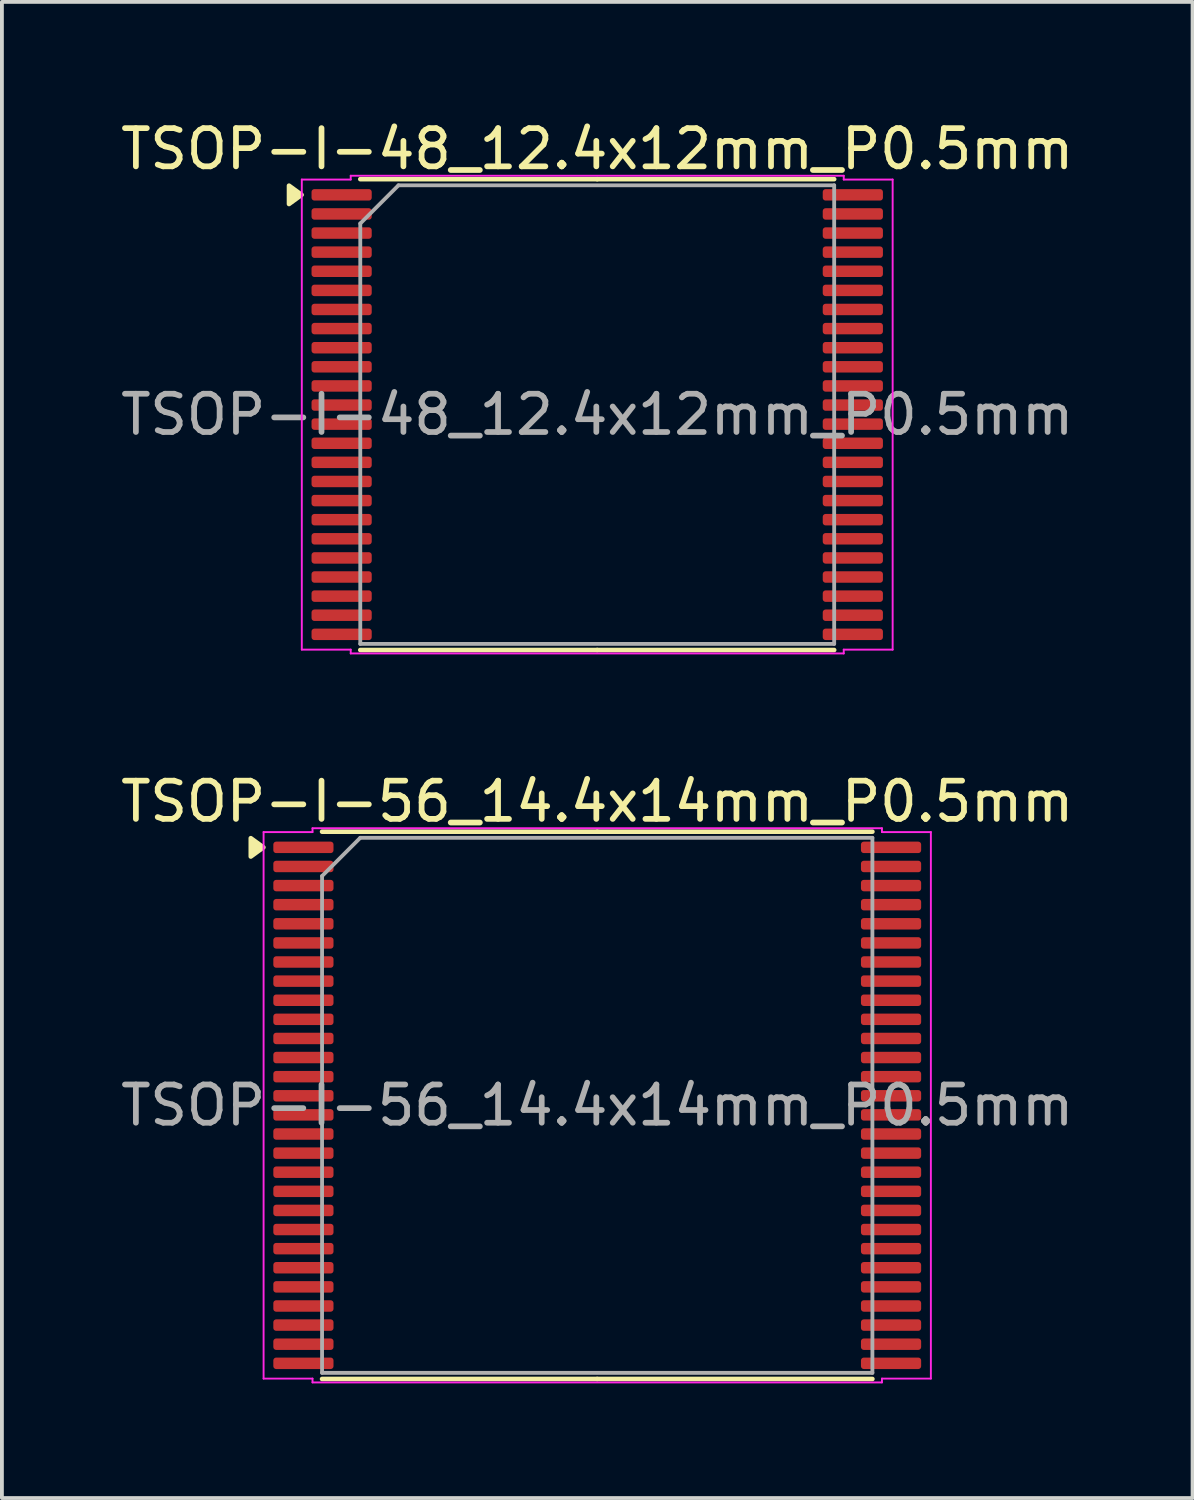
<source format=kicad_pcb>
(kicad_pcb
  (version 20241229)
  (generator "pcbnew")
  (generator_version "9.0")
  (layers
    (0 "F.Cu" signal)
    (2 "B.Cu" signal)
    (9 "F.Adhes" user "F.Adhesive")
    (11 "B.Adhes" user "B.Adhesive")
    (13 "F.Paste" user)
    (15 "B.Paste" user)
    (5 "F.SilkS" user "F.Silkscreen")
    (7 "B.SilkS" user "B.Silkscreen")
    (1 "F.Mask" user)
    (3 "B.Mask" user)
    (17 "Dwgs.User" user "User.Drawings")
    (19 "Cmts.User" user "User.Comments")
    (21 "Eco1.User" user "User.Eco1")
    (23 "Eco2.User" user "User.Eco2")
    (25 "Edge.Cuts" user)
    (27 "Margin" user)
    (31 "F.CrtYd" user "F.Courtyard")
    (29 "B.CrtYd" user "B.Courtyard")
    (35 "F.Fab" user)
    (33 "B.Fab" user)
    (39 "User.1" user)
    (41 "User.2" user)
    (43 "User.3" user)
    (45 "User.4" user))
  (footprint "TSOP-I-48_12.4x12mm_P0.5mm"
    (layer "F.Cu")
    (at 12.577 7.798)
    (property "Reference" "TSOP-I-48_12.4x12mm_P0.5mm" (at 0 -6.95 0) (layer "F.SilkS") (effects (font (size 1 1) (thickness 0.15))))
    (attr smd)
    (fp_line (start 0 -6.16) (end -6.2 -6.16) (stroke (width 0.12) (type solid)) (layer "F.SilkS"))
    (fp_line (start 0 -6.16) (end 6.2 -6.16) (stroke (width 0.12) (type solid)) (layer "F.SilkS"))
    (fp_line (start 0 6.16) (end -6.2 6.16) (stroke (width 0.12) (type solid)) (layer "F.SilkS"))
    (fp_line (start 0 6.16) (end 6.2 6.16) (stroke (width 0.12) (type solid)) (layer "F.SilkS"))
    (fp_poly (pts (xy -7.735 -5.75) (xy -8.065 -5.51) (xy -8.065 -5.99)) (stroke (width 0.12) (type solid)) (fill yes) (layer "F.SilkS"))
    (fp_line (start -7.73 -6.15) (end -6.45 -6.15) (stroke (width 0.05) (type solid)) (layer "F.CrtYd"))
    (fp_line (start -7.73 6.15) (end -7.73 -6.15) (stroke (width 0.05) (type solid)) (layer "F.CrtYd"))
    (fp_line (start -6.45 -6.25) (end 6.45 -6.25) (stroke (width 0.05) (type solid)) (layer "F.CrtYd"))
    (fp_line (start -6.45 -6.15) (end -6.45 -6.25) (stroke (width 0.05) (type solid)) (layer "F.CrtYd"))
    (fp_line (start -6.45 6.15) (end -7.73 6.15) (stroke (width 0.05) (type solid)) (layer "F.CrtYd"))
    (fp_line (start -6.45 6.25) (end -6.45 6.15) (stroke (width 0.05) (type solid)) (layer "F.CrtYd"))
    (fp_line (start 6.45 -6.25) (end 6.45 -6.15) (stroke (width 0.05) (type solid)) (layer "F.CrtYd"))
    (fp_line (start 6.45 -6.15) (end 7.73 -6.15) (stroke (width 0.05) (type solid)) (layer "F.CrtYd"))
    (fp_line (start 6.45 6.15) (end 6.45 6.25) (stroke (width 0.05) (type solid)) (layer "F.CrtYd"))
    (fp_line (start 6.45 6.25) (end -6.45 6.25) (stroke (width 0.05) (type solid)) (layer "F.CrtYd"))
    (fp_line (start 7.73 -6.15) (end 7.73 6.15) (stroke (width 0.05) (type solid)) (layer "F.CrtYd"))
    (fp_line (start 7.73 6.15) (end 6.45 6.15) (stroke (width 0.05) (type solid)) (layer "F.CrtYd"))
    (fp_line (start -6.2 -5) (end -5.2 -6) (stroke (width 0.1) (type solid)) (layer "F.Fab"))
    (fp_line (start -6.2 6) (end -6.2 -5) (stroke (width 0.1) (type solid)) (layer "F.Fab"))
    (fp_line (start -5.2 -6) (end 6.2 -6) (stroke (width 0.1) (type solid)) (layer "F.Fab"))
    (fp_line (start 6.2 -6) (end 6.2 6) (stroke (width 0.1) (type solid)) (layer "F.Fab"))
    (fp_line (start 6.2 6) (end -6.2 6) (stroke (width 0.1) (type solid)) (layer "F.Fab"))
    (fp_text user "${REFERENCE}" (at 0 0 0) (layer "F.Fab") (effects (font (size 1 1) (thickness 0.15))))
    (pad "1" smd roundrect (at -6.688 -5.75) (size 1.575 0.3) (layers "F.Cu" "F.Mask" "F.Paste") (roundrect_rratio 0.25))
    (pad "2" smd roundrect (at -6.688 -5.25) (size 1.575 0.3) (layers "F.Cu" "F.Mask" "F.Paste") (roundrect_rratio 0.25))
    (pad "3" smd roundrect (at -6.688 -4.75) (size 1.575 0.3) (layers "F.Cu" "F.Mask" "F.Paste") (roundrect_rratio 0.25))
    (pad "4" smd roundrect (at -6.688 -4.25) (size 1.575 0.3) (layers "F.Cu" "F.Mask" "F.Paste") (roundrect_rratio 0.25))
    (pad "5" smd roundrect (at -6.688 -3.75) (size 1.575 0.3) (layers "F.Cu" "F.Mask" "F.Paste") (roundrect_rratio 0.25))
    (pad "6" smd roundrect (at -6.688 -3.25) (size 1.575 0.3) (layers "F.Cu" "F.Mask" "F.Paste") (roundrect_rratio 0.25))
    (pad "7" smd roundrect (at -6.688 -2.75) (size 1.575 0.3) (layers "F.Cu" "F.Mask" "F.Paste") (roundrect_rratio 0.25))
    (pad "8" smd roundrect (at -6.688 -2.25) (size 1.575 0.3) (layers "F.Cu" "F.Mask" "F.Paste") (roundrect_rratio 0.25))
    (pad "9" smd roundrect (at -6.688 -1.75) (size 1.575 0.3) (layers "F.Cu" "F.Mask" "F.Paste") (roundrect_rratio 0.25))
    (pad "10" smd roundrect (at -6.688 -1.25) (size 1.575 0.3) (layers "F.Cu" "F.Mask" "F.Paste") (roundrect_rratio 0.25))
    (pad "11" smd roundrect (at -6.688 -0.75) (size 1.575 0.3) (layers "F.Cu" "F.Mask" "F.Paste") (roundrect_rratio 0.25))
    (pad "12" smd roundrect (at -6.688 -0.25) (size 1.575 0.3) (layers "F.Cu" "F.Mask" "F.Paste") (roundrect_rratio 0.25))
    (pad "13" smd roundrect (at -6.688 0.25) (size 1.575 0.3) (layers "F.Cu" "F.Mask" "F.Paste") (roundrect_rratio 0.25))
    (pad "14" smd roundrect (at -6.688 0.75) (size 1.575 0.3) (layers "F.Cu" "F.Mask" "F.Paste") (roundrect_rratio 0.25))
    (pad "15" smd roundrect (at -6.688 1.25) (size 1.575 0.3) (layers "F.Cu" "F.Mask" "F.Paste") (roundrect_rratio 0.25))
    (pad "16" smd roundrect (at -6.688 1.75) (size 1.575 0.3) (layers "F.Cu" "F.Mask" "F.Paste") (roundrect_rratio 0.25))
    (pad "17" smd roundrect (at -6.688 2.25) (size 1.575 0.3) (layers "F.Cu" "F.Mask" "F.Paste") (roundrect_rratio 0.25))
    (pad "18" smd roundrect (at -6.688 2.75) (size 1.575 0.3) (layers "F.Cu" "F.Mask" "F.Paste") (roundrect_rratio 0.25))
    (pad "19" smd roundrect (at -6.688 3.25) (size 1.575 0.3) (layers "F.Cu" "F.Mask" "F.Paste") (roundrect_rratio 0.25))
    (pad "20" smd roundrect (at -6.688 3.75) (size 1.575 0.3) (layers "F.Cu" "F.Mask" "F.Paste") (roundrect_rratio 0.25))
    (pad "21" smd roundrect (at -6.688 4.25) (size 1.575 0.3) (layers "F.Cu" "F.Mask" "F.Paste") (roundrect_rratio 0.25))
    (pad "22" smd roundrect (at -6.688 4.75) (size 1.575 0.3) (layers "F.Cu" "F.Mask" "F.Paste") (roundrect_rratio 0.25))
    (pad "23" smd roundrect (at -6.688 5.25) (size 1.575 0.3) (layers "F.Cu" "F.Mask" "F.Paste") (roundrect_rratio 0.25))
    (pad "24" smd roundrect (at -6.688 5.75) (size 1.575 0.3) (layers "F.Cu" "F.Mask" "F.Paste") (roundrect_rratio 0.25))
    (pad "25" smd roundrect (at 6.688 5.75) (size 1.575 0.3) (layers "F.Cu" "F.Mask" "F.Paste") (roundrect_rratio 0.25))
    (pad "26" smd roundrect (at 6.688 5.25) (size 1.575 0.3) (layers "F.Cu" "F.Mask" "F.Paste") (roundrect_rratio 0.25))
    (pad "27" smd roundrect (at 6.688 4.75) (size 1.575 0.3) (layers "F.Cu" "F.Mask" "F.Paste") (roundrect_rratio 0.25))
    (pad "28" smd roundrect (at 6.688 4.25) (size 1.575 0.3) (layers "F.Cu" "F.Mask" "F.Paste") (roundrect_rratio 0.25))
    (pad "29" smd roundrect (at 6.688 3.75) (size 1.575 0.3) (layers "F.Cu" "F.Mask" "F.Paste") (roundrect_rratio 0.25))
    (pad "30" smd roundrect (at 6.688 3.25) (size 1.575 0.3) (layers "F.Cu" "F.Mask" "F.Paste") (roundrect_rratio 0.25))
    (pad "31" smd roundrect (at 6.688 2.75) (size 1.575 0.3) (layers "F.Cu" "F.Mask" "F.Paste") (roundrect_rratio 0.25))
    (pad "32" smd roundrect (at 6.688 2.25) (size 1.575 0.3) (layers "F.Cu" "F.Mask" "F.Paste") (roundrect_rratio 0.25))
    (pad "33" smd roundrect (at 6.688 1.75) (size 1.575 0.3) (layers "F.Cu" "F.Mask" "F.Paste") (roundrect_rratio 0.25))
    (pad "34" smd roundrect (at 6.688 1.25) (size 1.575 0.3) (layers "F.Cu" "F.Mask" "F.Paste") (roundrect_rratio 0.25))
    (pad "35" smd roundrect (at 6.688 0.75) (size 1.575 0.3) (layers "F.Cu" "F.Mask" "F.Paste") (roundrect_rratio 0.25))
    (pad "36" smd roundrect (at 6.688 0.25) (size 1.575 0.3) (layers "F.Cu" "F.Mask" "F.Paste") (roundrect_rratio 0.25))
    (pad "37" smd roundrect (at 6.688 -0.25) (size 1.575 0.3) (layers "F.Cu" "F.Mask" "F.Paste") (roundrect_rratio 0.25))
    (pad "38" smd roundrect (at 6.688 -0.75) (size 1.575 0.3) (layers "F.Cu" "F.Mask" "F.Paste") (roundrect_rratio 0.25))
    (pad "39" smd roundrect (at 6.688 -1.25) (size 1.575 0.3) (layers "F.Cu" "F.Mask" "F.Paste") (roundrect_rratio 0.25))
    (pad "40" smd roundrect (at 6.688 -1.75) (size 1.575 0.3) (layers "F.Cu" "F.Mask" "F.Paste") (roundrect_rratio 0.25))
    (pad "41" smd roundrect (at 6.688 -2.25) (size 1.575 0.3) (layers "F.Cu" "F.Mask" "F.Paste") (roundrect_rratio 0.25))
    (pad "42" smd roundrect (at 6.688 -2.75) (size 1.575 0.3) (layers "F.Cu" "F.Mask" "F.Paste") (roundrect_rratio 0.25))
    (pad "43" smd roundrect (at 6.688 -3.25) (size 1.575 0.3) (layers "F.Cu" "F.Mask" "F.Paste") (roundrect_rratio 0.25))
    (pad "44" smd roundrect (at 6.688 -3.75) (size 1.575 0.3) (layers "F.Cu" "F.Mask" "F.Paste") (roundrect_rratio 0.25))
    (pad "45" smd roundrect (at 6.688 -4.25) (size 1.575 0.3) (layers "F.Cu" "F.Mask" "F.Paste") (roundrect_rratio 0.25))
    (pad "46" smd roundrect (at 6.688 -4.75) (size 1.575 0.3) (layers "F.Cu" "F.Mask" "F.Paste") (roundrect_rratio 0.25))
    (pad "47" smd roundrect (at 6.688 -5.25) (size 1.575 0.3) (layers "F.Cu" "F.Mask" "F.Paste") (roundrect_rratio 0.25))
    (pad "48" smd roundrect (at 6.688 -5.75) (size 1.575 0.3) (layers "F.Cu" "F.Mask" "F.Paste") (roundrect_rratio 0.25)))
  (footprint "TSOP-I-56_14.4x14mm_P0.5mm"
    (layer "F.Cu")
    (at 12.577 25.872)
    (property "Reference" "TSOP-I-56_14.4x14mm_P0.5mm" (at 0 -7.95 0) (layer "F.SilkS") (effects (font (size 1 1) (thickness 0.15))))
    (attr smd)
    (fp_line (start 0 -7.16) (end -7.2 -7.16) (stroke (width 0.12) (type solid)) (layer "F.SilkS"))
    (fp_line (start 0 -7.16) (end 7.2 -7.16) (stroke (width 0.12) (type solid)) (layer "F.SilkS"))
    (fp_line (start 0 7.16) (end -7.2 7.16) (stroke (width 0.12) (type solid)) (layer "F.SilkS"))
    (fp_line (start 0 7.16) (end 7.2 7.16) (stroke (width 0.12) (type solid)) (layer "F.SilkS"))
    (fp_poly (pts (xy -8.735 -6.75) (xy -9.065 -6.51) (xy -9.065 -6.99)) (stroke (width 0.12) (type solid)) (fill yes) (layer "F.SilkS"))
    (fp_line (start -8.73 -7.15) (end -7.45 -7.15) (stroke (width 0.05) (type solid)) (layer "F.CrtYd"))
    (fp_line (start -8.73 7.15) (end -8.73 -7.15) (stroke (width 0.05) (type solid)) (layer "F.CrtYd"))
    (fp_line (start -7.45 -7.25) (end 7.45 -7.25) (stroke (width 0.05) (type solid)) (layer "F.CrtYd"))
    (fp_line (start -7.45 -7.15) (end -7.45 -7.25) (stroke (width 0.05) (type solid)) (layer "F.CrtYd"))
    (fp_line (start -7.45 7.15) (end -8.73 7.15) (stroke (width 0.05) (type solid)) (layer "F.CrtYd"))
    (fp_line (start -7.45 7.25) (end -7.45 7.15) (stroke (width 0.05) (type solid)) (layer "F.CrtYd"))
    (fp_line (start 7.45 -7.25) (end 7.45 -7.15) (stroke (width 0.05) (type solid)) (layer "F.CrtYd"))
    (fp_line (start 7.45 -7.15) (end 8.73 -7.15) (stroke (width 0.05) (type solid)) (layer "F.CrtYd"))
    (fp_line (start 7.45 7.15) (end 7.45 7.25) (stroke (width 0.05) (type solid)) (layer "F.CrtYd"))
    (fp_line (start 7.45 7.25) (end -7.45 7.25) (stroke (width 0.05) (type solid)) (layer "F.CrtYd"))
    (fp_line (start 8.73 -7.15) (end 8.73 7.15) (stroke (width 0.05) (type solid)) (layer "F.CrtYd"))
    (fp_line (start 8.73 7.15) (end 7.45 7.15) (stroke (width 0.05) (type solid)) (layer "F.CrtYd"))
    (fp_line (start -7.2 -6) (end -6.2 -7) (stroke (width 0.1) (type solid)) (layer "F.Fab"))
    (fp_line (start -7.2 7) (end -7.2 -6) (stroke (width 0.1) (type solid)) (layer "F.Fab"))
    (fp_line (start -6.2 -7) (end 7.2 -7) (stroke (width 0.1) (type solid)) (layer "F.Fab"))
    (fp_line (start 7.2 -7) (end 7.2 7) (stroke (width 0.1) (type solid)) (layer "F.Fab"))
    (fp_line (start 7.2 7) (end -7.2 7) (stroke (width 0.1) (type solid)) (layer "F.Fab"))
    (fp_text user "${REFERENCE}" (at 0 0 0) (layer "F.Fab") (effects (font (size 1 1) (thickness 0.15))))
    (pad "1" smd roundrect (at -7.688 -6.75) (size 1.575 0.3) (layers "F.Cu" "F.Mask" "F.Paste") (roundrect_rratio 0.25))
    (pad "2" smd roundrect (at -7.688 -6.25) (size 1.575 0.3) (layers "F.Cu" "F.Mask" "F.Paste") (roundrect_rratio 0.25))
    (pad "3" smd roundrect (at -7.688 -5.75) (size 1.575 0.3) (layers "F.Cu" "F.Mask" "F.Paste") (roundrect_rratio 0.25))
    (pad "4" smd roundrect (at -7.688 -5.25) (size 1.575 0.3) (layers "F.Cu" "F.Mask" "F.Paste") (roundrect_rratio 0.25))
    (pad "5" smd roundrect (at -7.688 -4.75) (size 1.575 0.3) (layers "F.Cu" "F.Mask" "F.Paste") (roundrect_rratio 0.25))
    (pad "6" smd roundrect (at -7.688 -4.25) (size 1.575 0.3) (layers "F.Cu" "F.Mask" "F.Paste") (roundrect_rratio 0.25))
    (pad "7" smd roundrect (at -7.688 -3.75) (size 1.575 0.3) (layers "F.Cu" "F.Mask" "F.Paste") (roundrect_rratio 0.25))
    (pad "8" smd roundrect (at -7.688 -3.25) (size 1.575 0.3) (layers "F.Cu" "F.Mask" "F.Paste") (roundrect_rratio 0.25))
    (pad "9" smd roundrect (at -7.688 -2.75) (size 1.575 0.3) (layers "F.Cu" "F.Mask" "F.Paste") (roundrect_rratio 0.25))
    (pad "10" smd roundrect (at -7.688 -2.25) (size 1.575 0.3) (layers "F.Cu" "F.Mask" "F.Paste") (roundrect_rratio 0.25))
    (pad "11" smd roundrect (at -7.688 -1.75) (size 1.575 0.3) (layers "F.Cu" "F.Mask" "F.Paste") (roundrect_rratio 0.25))
    (pad "12" smd roundrect (at -7.688 -1.25) (size 1.575 0.3) (layers "F.Cu" "F.Mask" "F.Paste") (roundrect_rratio 0.25))
    (pad "13" smd roundrect (at -7.688 -0.75) (size 1.575 0.3) (layers "F.Cu" "F.Mask" "F.Paste") (roundrect_rratio 0.25))
    (pad "14" smd roundrect (at -7.688 -0.25) (size 1.575 0.3) (layers "F.Cu" "F.Mask" "F.Paste") (roundrect_rratio 0.25))
    (pad "15" smd roundrect (at -7.688 0.25) (size 1.575 0.3) (layers "F.Cu" "F.Mask" "F.Paste") (roundrect_rratio 0.25))
    (pad "16" smd roundrect (at -7.688 0.75) (size 1.575 0.3) (layers "F.Cu" "F.Mask" "F.Paste") (roundrect_rratio 0.25))
    (pad "17" smd roundrect (at -7.688 1.25) (size 1.575 0.3) (layers "F.Cu" "F.Mask" "F.Paste") (roundrect_rratio 0.25))
    (pad "18" smd roundrect (at -7.688 1.75) (size 1.575 0.3) (layers "F.Cu" "F.Mask" "F.Paste") (roundrect_rratio 0.25))
    (pad "19" smd roundrect (at -7.688 2.25) (size 1.575 0.3) (layers "F.Cu" "F.Mask" "F.Paste") (roundrect_rratio 0.25))
    (pad "20" smd roundrect (at -7.688 2.75) (size 1.575 0.3) (layers "F.Cu" "F.Mask" "F.Paste") (roundrect_rratio 0.25))
    (pad "21" smd roundrect (at -7.688 3.25) (size 1.575 0.3) (layers "F.Cu" "F.Mask" "F.Paste") (roundrect_rratio 0.25))
    (pad "22" smd roundrect (at -7.688 3.75) (size 1.575 0.3) (layers "F.Cu" "F.Mask" "F.Paste") (roundrect_rratio 0.25))
    (pad "23" smd roundrect (at -7.688 4.25) (size 1.575 0.3) (layers "F.Cu" "F.Mask" "F.Paste") (roundrect_rratio 0.25))
    (pad "24" smd roundrect (at -7.688 4.75) (size 1.575 0.3) (layers "F.Cu" "F.Mask" "F.Paste") (roundrect_rratio 0.25))
    (pad "25" smd roundrect (at -7.688 5.25) (size 1.575 0.3) (layers "F.Cu" "F.Mask" "F.Paste") (roundrect_rratio 0.25))
    (pad "26" smd roundrect (at -7.688 5.75) (size 1.575 0.3) (layers "F.Cu" "F.Mask" "F.Paste") (roundrect_rratio 0.25))
    (pad "27" smd roundrect (at -7.688 6.25) (size 1.575 0.3) (layers "F.Cu" "F.Mask" "F.Paste") (roundrect_rratio 0.25))
    (pad "28" smd roundrect (at -7.688 6.75) (size 1.575 0.3) (layers "F.Cu" "F.Mask" "F.Paste") (roundrect_rratio 0.25))
    (pad "29" smd roundrect (at 7.688 6.75) (size 1.575 0.3) (layers "F.Cu" "F.Mask" "F.Paste") (roundrect_rratio 0.25))
    (pad "30" smd roundrect (at 7.688 6.25) (size 1.575 0.3) (layers "F.Cu" "F.Mask" "F.Paste") (roundrect_rratio 0.25))
    (pad "31" smd roundrect (at 7.688 5.75) (size 1.575 0.3) (layers "F.Cu" "F.Mask" "F.Paste") (roundrect_rratio 0.25))
    (pad "32" smd roundrect (at 7.688 5.25) (size 1.575 0.3) (layers "F.Cu" "F.Mask" "F.Paste") (roundrect_rratio 0.25))
    (pad "33" smd roundrect (at 7.688 4.75) (size 1.575 0.3) (layers "F.Cu" "F.Mask" "F.Paste") (roundrect_rratio 0.25))
    (pad "34" smd roundrect (at 7.688 4.25) (size 1.575 0.3) (layers "F.Cu" "F.Mask" "F.Paste") (roundrect_rratio 0.25))
    (pad "35" smd roundrect (at 7.688 3.75) (size 1.575 0.3) (layers "F.Cu" "F.Mask" "F.Paste") (roundrect_rratio 0.25))
    (pad "36" smd roundrect (at 7.688 3.25) (size 1.575 0.3) (layers "F.Cu" "F.Mask" "F.Paste") (roundrect_rratio 0.25))
    (pad "37" smd roundrect (at 7.688 2.75) (size 1.575 0.3) (layers "F.Cu" "F.Mask" "F.Paste") (roundrect_rratio 0.25))
    (pad "38" smd roundrect (at 7.688 2.25) (size 1.575 0.3) (layers "F.Cu" "F.Mask" "F.Paste") (roundrect_rratio 0.25))
    (pad "39" smd roundrect (at 7.688 1.75) (size 1.575 0.3) (layers "F.Cu" "F.Mask" "F.Paste") (roundrect_rratio 0.25))
    (pad "40" smd roundrect (at 7.688 1.25) (size 1.575 0.3) (layers "F.Cu" "F.Mask" "F.Paste") (roundrect_rratio 0.25))
    (pad "41" smd roundrect (at 7.688 0.75) (size 1.575 0.3) (layers "F.Cu" "F.Mask" "F.Paste") (roundrect_rratio 0.25))
    (pad "42" smd roundrect (at 7.688 0.25) (size 1.575 0.3) (layers "F.Cu" "F.Mask" "F.Paste") (roundrect_rratio 0.25))
    (pad "43" smd roundrect (at 7.688 -0.25) (size 1.575 0.3) (layers "F.Cu" "F.Mask" "F.Paste") (roundrect_rratio 0.25))
    (pad "44" smd roundrect (at 7.688 -0.75) (size 1.575 0.3) (layers "F.Cu" "F.Mask" "F.Paste") (roundrect_rratio 0.25))
    (pad "45" smd roundrect (at 7.688 -1.25) (size 1.575 0.3) (layers "F.Cu" "F.Mask" "F.Paste") (roundrect_rratio 0.25))
    (pad "46" smd roundrect (at 7.688 -1.75) (size 1.575 0.3) (layers "F.Cu" "F.Mask" "F.Paste") (roundrect_rratio 0.25))
    (pad "47" smd roundrect (at 7.688 -2.25) (size 1.575 0.3) (layers "F.Cu" "F.Mask" "F.Paste") (roundrect_rratio 0.25))
    (pad "48" smd roundrect (at 7.688 -2.75) (size 1.575 0.3) (layers "F.Cu" "F.Mask" "F.Paste") (roundrect_rratio 0.25))
    (pad "49" smd roundrect (at 7.688 -3.25) (size 1.575 0.3) (layers "F.Cu" "F.Mask" "F.Paste") (roundrect_rratio 0.25))
    (pad "50" smd roundrect (at 7.688 -3.75) (size 1.575 0.3) (layers "F.Cu" "F.Mask" "F.Paste") (roundrect_rratio 0.25))
    (pad "51" smd roundrect (at 7.688 -4.25) (size 1.575 0.3) (layers "F.Cu" "F.Mask" "F.Paste") (roundrect_rratio 0.25))
    (pad "52" smd roundrect (at 7.688 -4.75) (size 1.575 0.3) (layers "F.Cu" "F.Mask" "F.Paste") (roundrect_rratio 0.25))
    (pad "53" smd roundrect (at 7.688 -5.25) (size 1.575 0.3) (layers "F.Cu" "F.Mask" "F.Paste") (roundrect_rratio 0.25))
    (pad "54" smd roundrect (at 7.688 -5.75) (size 1.575 0.3) (layers "F.Cu" "F.Mask" "F.Paste") (roundrect_rratio 0.25))
    (pad "55" smd roundrect (at 7.688 -6.25) (size 1.575 0.3) (layers "F.Cu" "F.Mask" "F.Paste") (roundrect_rratio 0.25))
    (pad "56" smd roundrect (at 7.688 -6.75) (size 1.575 0.3) (layers "F.Cu" "F.Mask" "F.Paste") (roundrect_rratio 0.25)))
  (gr_rect
    (start -3 -3)
    (end 28.155 36.147)
    (stroke (width 0.1) (type default))
    (fill no)
    (layer "Edge.Cuts")))
</source>
